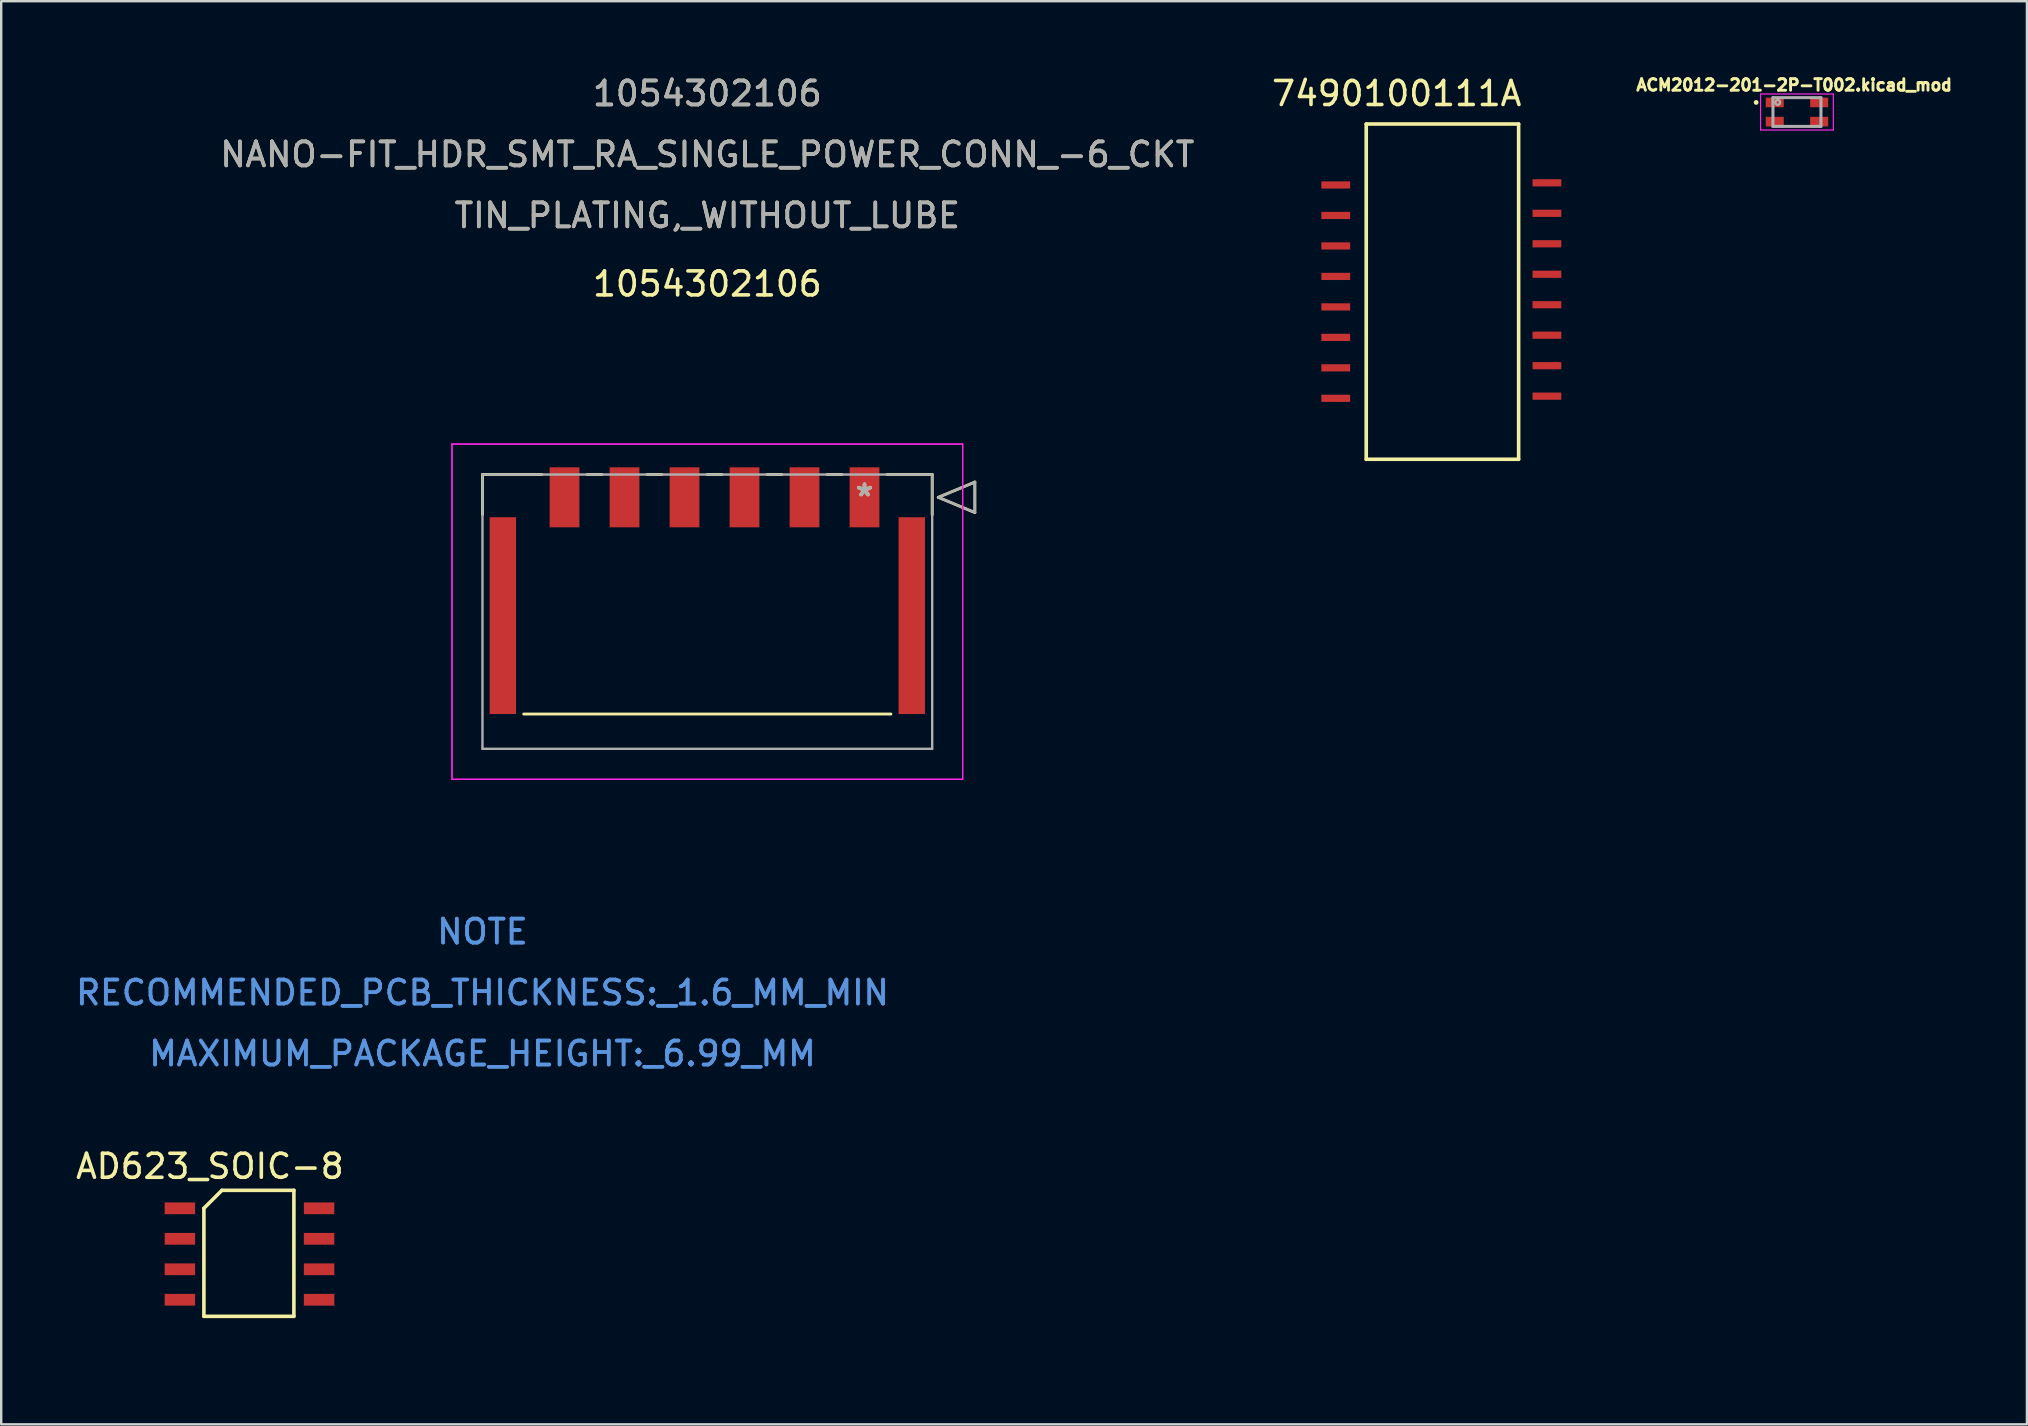
<source format=kicad_pcb>
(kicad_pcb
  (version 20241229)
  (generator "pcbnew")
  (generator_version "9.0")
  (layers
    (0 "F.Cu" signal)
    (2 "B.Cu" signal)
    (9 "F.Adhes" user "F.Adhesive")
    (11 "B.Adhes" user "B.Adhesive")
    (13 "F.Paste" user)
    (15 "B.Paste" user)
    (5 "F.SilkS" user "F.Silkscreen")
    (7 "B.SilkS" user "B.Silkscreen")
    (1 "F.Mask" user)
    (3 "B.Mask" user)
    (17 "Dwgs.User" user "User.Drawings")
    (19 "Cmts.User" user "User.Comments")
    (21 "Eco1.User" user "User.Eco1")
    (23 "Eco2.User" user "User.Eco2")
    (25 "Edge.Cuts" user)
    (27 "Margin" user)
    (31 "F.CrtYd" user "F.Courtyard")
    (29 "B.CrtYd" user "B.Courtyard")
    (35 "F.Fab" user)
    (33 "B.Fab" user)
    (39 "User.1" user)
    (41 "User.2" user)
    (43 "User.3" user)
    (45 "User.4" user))
  (footprint "1054302106"
    (layer "F.Cu")
    (at 32.974 17.673)
    (property "Reference" "1054302106" (at -6.55 -8.89 0) (layer "F.SilkS") (effects (font (size 1 1) (thickness 0.15))))
    (attr through_hole)
    (fp_line (start -15.92 -0.95) (end -15.92 0.719) (stroke (width 0.12) (type solid)) (layer "F.SilkS"))
    (fp_line (start -14.2 9.03) (end 1.1 9.03) (stroke (width 0.12) (type solid)) (layer "F.SilkS"))
    (fp_line (start -13.44 -0.95) (end -15.92 -0.95) (stroke (width 0.12) (type solid)) (layer "F.SilkS"))
    (fp_line (start -10.94 -0.95) (end -11.56 -0.95) (stroke (width 0.12) (type solid)) (layer "F.SilkS"))
    (fp_line (start -8.44 -0.95) (end -9.06 -0.95) (stroke (width 0.12) (type solid)) (layer "F.SilkS"))
    (fp_line (start -5.94 -0.95) (end -6.56 -0.95) (stroke (width 0.12) (type solid)) (layer "F.SilkS"))
    (fp_line (start -3.44 -0.95) (end -4.06 -0.95) (stroke (width 0.12) (type solid)) (layer "F.SilkS"))
    (fp_line (start -0.94 -0.95) (end -1.56 -0.95) (stroke (width 0.12) (type solid)) (layer "F.SilkS"))
    (fp_line (start 2.82 -0.95) (end 0.94 -0.95) (stroke (width 0.12) (type solid)) (layer "F.SilkS"))
    (fp_line (start 2.82 0.719) (end 2.82 -0.95) (stroke (width 0.12) (type solid)) (layer "F.SilkS"))
    (fp_line (start 3.074 0) (end 4.598 -0.635) (stroke (width 0.12) (type solid)) (layer "F.SilkS"))
    (fp_line (start 4.598 -0.635) (end 4.598 0.635) (stroke (width 0.12) (type solid)) (layer "F.SilkS"))
    (fp_line (start 4.598 0.635) (end 3.074 0) (stroke (width 0.12) (type solid)) (layer "F.SilkS"))
    (fp_line (start -17.19 -2.22) (end -17.19 11.75) (stroke (width 0.05) (type solid)) (layer "F.CrtYd"))
    (fp_line (start -17.19 -2.22) (end -17.19 11.75) (stroke (width 0.05) (type solid)) (layer "F.CrtYd"))
    (fp_line (start -17.19 11.75) (end 4.09 11.75) (stroke (width 0.05) (type solid)) (layer "F.CrtYd"))
    (fp_line (start -17.19 11.75) (end 4.09 11.75) (stroke (width 0.05) (type solid)) (layer "F.CrtYd"))
    (fp_line (start 4.09 -2.22) (end -17.19 -2.22) (stroke (width 0.05) (type solid)) (layer "F.CrtYd"))
    (fp_line (start 4.09 -2.22) (end -17.19 -2.22) (stroke (width 0.05) (type solid)) (layer "F.CrtYd"))
    (fp_line (start 4.09 11.75) (end 4.09 -2.22) (stroke (width 0.05) (type solid)) (layer "F.CrtYd"))
    (fp_line (start 4.09 11.75) (end 4.09 -2.22) (stroke (width 0.05) (type solid)) (layer "F.CrtYd"))
    (fp_line (start -15.92 -0.95) (end -15.92 10.48) (stroke (width 0.1) (type solid)) (layer "F.Fab"))
    (fp_line (start -15.92 10.48) (end 2.82 10.48) (stroke (width 0.1) (type solid)) (layer "F.Fab"))
    (fp_line (start 2.82 -0.95) (end -15.92 -0.95) (stroke (width 0.1) (type solid)) (layer "F.Fab"))
    (fp_line (start 2.82 10.48) (end 2.82 -0.95) (stroke (width 0.1) (type solid)) (layer "F.Fab"))
    (fp_line (start 3.074 0) (end 4.598 -0.635) (stroke (width 0.1) (type solid)) (layer "F.Fab"))
    (fp_line (start 4.598 -0.635) (end 4.598 0.635) (stroke (width 0.1) (type solid)) (layer "F.Fab"))
    (fp_line (start 4.598 0.635) (end 3.074 0) (stroke (width 0.1) (type solid)) (layer "F.Fab"))
    (fp_text user "*" (at 0 0 0) (layer "F.SilkS") (effects (font (size 1 1) (thickness 0.15))))
    (fp_text user "NANO-FIT_HDR_SMT_RA_SINGLE_POWER_CONN_-6_CKT" (at -6.55 -14.285 0) (layer "F.SilkS") (effects (font (size 1 1) (thickness 0.15))))
    (fp_text user "TIN_PLATING,_WITHOUT_LUBE" (at -6.55 -11.745 0) (layer "F.SilkS") (effects (font (size 1 1) (thickness 0.15))))
    (fp_text user "1054302106" (at -6.55 -16.825 0) (layer "F.SilkS") (effects (font (size 1 1) (thickness 0.15))))
    (fp_text user "NOTE" (at -15.92 18.1 0) (layer "Cmts.User") (effects (font (size 1 1) (thickness 0.15))))
    (fp_text user "NOTE" (at -15.92 18.1 0) (layer "Cmts.User") (effects (font (size 1 1) (thickness 0.15))))
    (fp_text user "RECOMMENDED_PCB_THICKNESS:_1.6_MM_MIN" (at -15.92 20.64 0) (layer "Cmts.User") (effects (font (size 1 1) (thickness 0.15))))
    (fp_text user "MAXIMUM_PACKAGE_HEIGHT:_6.99_MM" (at -15.92 23.18 0) (layer "Cmts.User") (effects (font (size 1 1) (thickness 0.15))))
    (fp_text user "MAXIMUM_PACKAGE_HEIGHT:_6.99_MM" (at -15.92 23.18 0) (layer "Cmts.User") (effects (font (size 1 1) (thickness 0.15))))
    (fp_text user "Copyright 2021 Accelerated Designs. All rights reserved." (at 0 0 0) (layer "Cmts.User") (effects (font (size 0.127 0.127) (thickness 0.002))))
    (fp_text user "RECOMMENDED_PCB_THICKNESS:_1.6_MM_MIN" (at -15.92 20.64 0) (layer "Cmts.User") (effects (font (size 1 1) (thickness 0.15))))
    (fp_text user "1054302106" (at -6.55 -16.825 0) (layer "F.Fab") (effects (font (size 1 1) (thickness 0.15))))
    (fp_text user "NANO-FIT_HDR_SMT_RA_SINGLE_POWER_CONN_-6_CKT" (at -6.55 -14.285 0) (layer "F.Fab") (effects (font (size 1 1) (thickness 0.15))))
    (fp_text user "TIN_PLATING,_WITHOUT_LUBE" (at -6.55 -11.745 0) (layer "F.Fab") (effects (font (size 1 1) (thickness 0.15))))
    (fp_text user "*" (at 0 0 0) (layer "F.Fab") (effects (font (size 1 1) (thickness 0.15))))
    (pad "1" smd rect (at 0 0) (size 1.24 2.5) (layers "F.Cu" "F.Mask" "F.Paste"))
    (pad "2" smd rect (at -2.5 0) (size 1.24 2.5) (layers "F.Cu" "F.Mask" "F.Paste"))
    (pad "3" smd rect (at -5 0) (size 1.24 2.5) (layers "F.Cu" "F.Mask" "F.Paste"))
    (pad "4" smd rect (at -7.5 0) (size 1.24 2.5) (layers "F.Cu" "F.Mask" "F.Paste"))
    (pad "5" smd rect (at -10 0) (size 1.24 2.5) (layers "F.Cu" "F.Mask" "F.Paste"))
    (pad "6" smd rect (at -12.5 0) (size 1.24 2.5) (layers "F.Cu" "F.Mask" "F.Paste"))
    (pad "7" smd rect (at 1.97 4.93) (size 1.1 8.2) (layers "F.Cu" "F.Mask" "F.Paste"))
    (pad "8" smd rect (at -15.07 4.93) (size 1.1 8.2) (layers "F.Cu" "F.Mask" "F.Paste")))
  (footprint "ACM2012-201-2P-T002.kicad_mod"
    (layer "F.Cu")
    (at 71.828 1.618)
    (property "Reference" "ACM2012-201-2P-T002.kicad_mod" (at -0.117 -1.125 0) (layer "F.SilkS") (effects (font (size 0.481 0.481) (thickness 0.15))))
    (attr smd)
    (fp_circle (center -1.7 -0.4) (end -1.6 -0.4) (stroke (width 0) (type solid)) (fill yes) (layer "F.SilkS"))
    (fp_line (start -1.516 -0.75) (end 1.516 -0.75) (stroke (width 0.05) (type solid)) (layer "F.CrtYd"))
    (fp_line (start -1.516 0.75) (end -1.516 -0.75) (stroke (width 0.05) (type solid)) (layer "F.CrtYd"))
    (fp_line (start 1.516 -0.75) (end 1.516 0.75) (stroke (width 0.05) (type solid)) (layer "F.CrtYd"))
    (fp_line (start 1.516 0.75) (end -1.516 0.75) (stroke (width 0.05) (type solid)) (layer "F.CrtYd"))
    (fp_line (start -1 -0.6) (end 1 -0.6) (stroke (width 0.127) (type solid)) (layer "F.Fab"))
    (fp_line (start -1 0.6) (end -1 -0.6) (stroke (width 0.127) (type solid)) (layer "F.Fab"))
    (fp_line (start 1 -0.6) (end 1 0.6) (stroke (width 0.127) (type solid)) (layer "F.Fab"))
    (fp_line (start 1 0.6) (end -1 0.6) (stroke (width 0.127) (type solid)) (layer "F.Fab"))
    (fp_circle (center -0.8 -0.4) (end -0.7 -0.4) (stroke (width 0.1) (type solid)) (fill no) (layer "F.Fab"))
    (pad "1" smd rect (at -0.925 -0.4) (size 0.75 0.4) (layers "F.Cu" "F.Mask" "F.Paste"))
    (pad "2" smd rect (at -0.925 0.4) (size 0.75 0.4) (layers "F.Cu" "F.Mask" "F.Paste"))
    (pad "3" smd rect (at 0.925 0.4) (size 0.75 0.4) (layers "F.Cu" "F.Mask" "F.Paste"))
    (pad "4" smd rect (at 0.925 -0.4) (size 0.75 0.4) (layers "F.Cu" "F.Mask" "F.Paste")))
  (footprint "AD623_SOIC-8"
    (layer "F.Cu")
    (at 7.446 53.05)
    (property "Reference" "AD623_SOIC-8" (at -1.75 -7.5 0) (layer "F.SilkS") (effects (font (size 1 1) (thickness 0.15))))
    (attr through_hole)
    (fp_line (start -2 -5.75) (end -1.25 -6.5) (stroke (width 0.15) (type solid)) (layer "F.SilkS"))
    (fp_line (start -2 -1.25) (end -2 -5.75) (stroke (width 0.15) (type solid)) (layer "F.SilkS"))
    (fp_line (start -1.25 -6.5) (end 1.75 -6.5) (stroke (width 0.15) (type solid)) (layer "F.SilkS"))
    (fp_line (start 1.75 -6.5) (end 1.75 -1.25) (stroke (width 0.15) (type solid)) (layer "F.SilkS"))
    (fp_line (start 1.75 -1.25) (end -2 -1.25) (stroke (width 0.15) (type solid)) (layer "F.SilkS"))
    (pad "1" smd rect (at -3 -5.75) (size 1.27 0.49) (layers "F.Cu" "F.Mask" "F.Paste"))
    (pad "2" smd rect (at -3 -4.48) (size 1.27 0.49) (layers "F.Cu" "F.Mask" "F.Paste"))
    (pad "3" smd rect (at -3 -3.21) (size 1.27 0.49) (layers "F.Cu" "F.Mask" "F.Paste"))
    (pad "4" smd rect (at -3 -1.94) (size 1.27 0.49) (layers "F.Cu" "F.Mask" "F.Paste"))
    (pad "5" smd rect (at 2.8 -1.94) (size 1.27 0.49) (layers "F.Cu" "F.Mask" "F.Paste"))
    (pad "6" smd rect (at 2.8 -3.21) (size 1.27 0.49) (layers "F.Cu" "F.Mask" "F.Paste"))
    (pad "7" smd rect (at 2.8 -4.48) (size 1.27 0.49) (layers "F.Cu" "F.Mask" "F.Paste"))
    (pad "8" smd rect (at 2.8 -5.75) (size 1.27 0.49) (layers "F.Cu" "F.Mask" "F.Paste")))
  (footprint "7490100111A"
    (layer "F.Cu")
    (at 52.61 4.658)
    (property "Reference" "7490100111A" (at 2.54 -3.81 0) (layer "F.SilkS") (effects (font (size 1 1) (thickness 0.15))))
    (attr through_hole)
    (fp_line (start 1.27 -2.54) (end 7.62 -2.54) (stroke (width 0.15) (type solid)) (layer "F.SilkS"))
    (fp_line (start 1.27 11.43) (end 1.27 -2.54) (stroke (width 0.15) (type solid)) (layer "F.SilkS"))
    (fp_line (start 7.62 -2.54) (end 7.62 11.43) (stroke (width 0.15) (type solid)) (layer "F.SilkS"))
    (fp_line (start 7.62 11.43) (end 1.27 11.43) (stroke (width 0.15) (type solid)) (layer "F.SilkS"))
    (pad "1" smd rect (at 0 0) (size 1.2 0.3) (layers "F.Cu" "F.Mask" "F.Paste"))
    (pad "2" smd rect (at 0 1.27) (size 1.2 0.3) (layers "F.Cu" "F.Mask" "F.Paste"))
    (pad "3" smd rect (at 0 2.54) (size 1.2 0.3) (layers "F.Cu" "F.Mask" "F.Paste"))
    (pad "4" smd rect (at 0 3.81) (size 1.2 0.3) (layers "F.Cu" "F.Mask" "F.Paste"))
    (pad "5" smd rect (at 0 5.08) (size 1.2 0.3) (layers "F.Cu" "F.Mask" "F.Paste"))
    (pad "6" smd rect (at 0 6.35) (size 1.2 0.3) (layers "F.Cu" "F.Mask" "F.Paste"))
    (pad "7" smd rect (at 0 7.62) (size 1.2 0.3) (layers "F.Cu" "F.Mask" "F.Paste"))
    (pad "8" smd rect (at 0 8.89) (size 1.2 0.3) (layers "F.Cu" "F.Mask" "F.Paste"))
    (pad "9" smd rect (at 8.8 8.8) (size 1.2 0.3) (layers "F.Cu" "F.Mask" "F.Paste"))
    (pad "10" smd rect (at 8.8 7.53) (size 1.2 0.3) (layers "F.Cu" "F.Mask" "F.Paste"))
    (pad "11" smd rect (at 8.8 6.26) (size 1.2 0.3) (layers "F.Cu" "F.Mask" "F.Paste"))
    (pad "12" smd rect (at 8.8 4.99) (size 1.2 0.3) (layers "F.Cu" "F.Mask" "F.Paste"))
    (pad "13" smd rect (at 8.8 3.72) (size 1.2 0.3) (layers "F.Cu" "F.Mask" "F.Paste"))
    (pad "14" smd rect (at 8.8 2.45) (size 1.2 0.3) (layers "F.Cu" "F.Mask" "F.Paste"))
    (pad "15" smd rect (at 8.8 1.18) (size 1.2 0.3) (layers "F.Cu" "F.Mask" "F.Paste"))
    (pad "16" smd rect (at 8.8 -0.09) (size 1.2 0.3) (layers "F.Cu" "F.Mask" "F.Paste")))
  (gr_rect
    (start -3 -3)
    (end 81.411 56.3)
    (stroke (width 0.1) (type default))
    (fill no)
    (layer "Edge.Cuts")))
</source>
